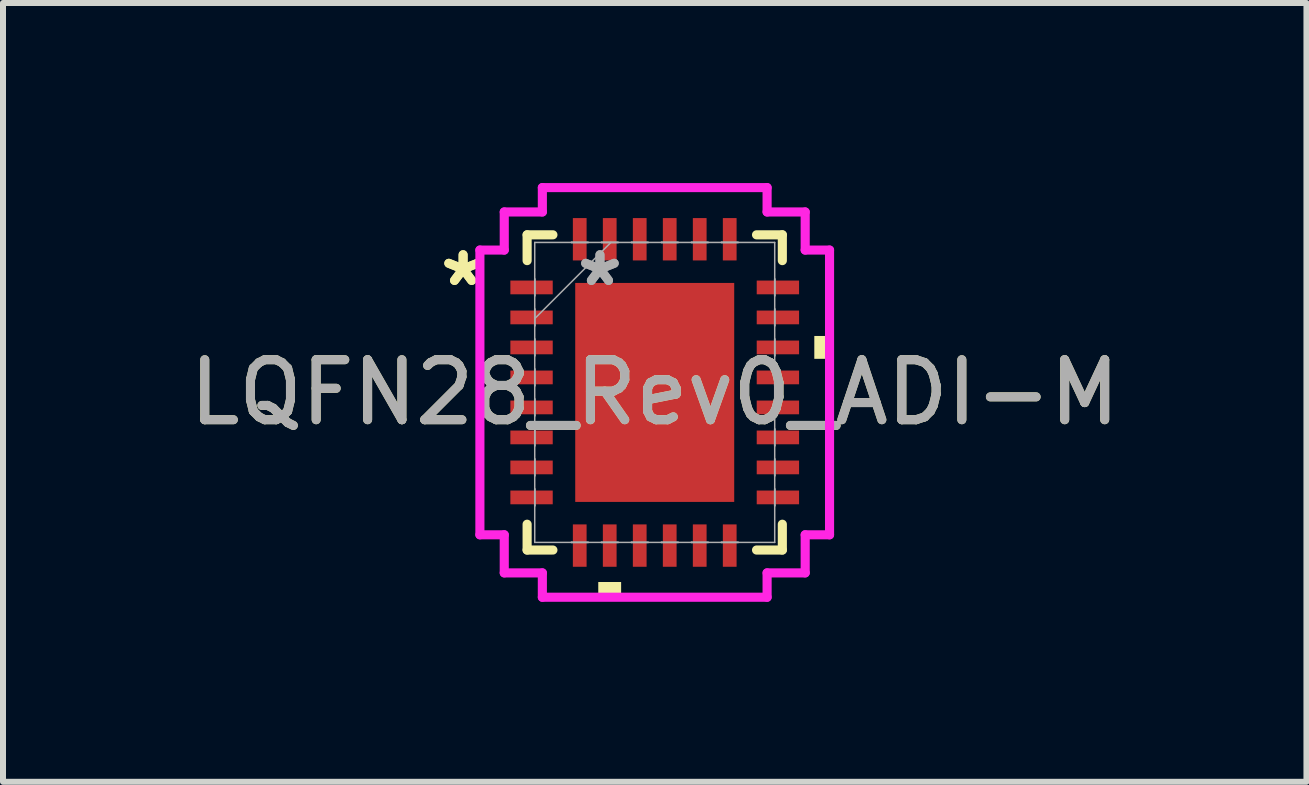
<source format=kicad_pcb>
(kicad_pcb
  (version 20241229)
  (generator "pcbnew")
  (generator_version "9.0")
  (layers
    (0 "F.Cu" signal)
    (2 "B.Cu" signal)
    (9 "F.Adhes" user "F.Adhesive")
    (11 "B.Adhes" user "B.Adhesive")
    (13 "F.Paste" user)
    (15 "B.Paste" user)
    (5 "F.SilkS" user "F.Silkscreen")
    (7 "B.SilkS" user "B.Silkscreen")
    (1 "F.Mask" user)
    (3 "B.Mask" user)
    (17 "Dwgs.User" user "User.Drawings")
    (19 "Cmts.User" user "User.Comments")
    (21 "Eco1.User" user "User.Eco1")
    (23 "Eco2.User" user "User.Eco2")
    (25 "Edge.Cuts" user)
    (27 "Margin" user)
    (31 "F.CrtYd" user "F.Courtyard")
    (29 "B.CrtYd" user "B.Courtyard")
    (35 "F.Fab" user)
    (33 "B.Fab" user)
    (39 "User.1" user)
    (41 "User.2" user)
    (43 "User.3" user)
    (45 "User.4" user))
  (footprint "LQFN28_Rev0_ADI-M"
    (layer "F.Cu")
    (at 7.863 3.491)
    (property "Reference" "LQFN28_Rev0_ADI-M" (at 0 0 0) (unlocked yes) (layer "F.SilkS") (effects (font (size 1 1) (thickness 0.15))))
    (attr smd)
    (fp_line (start -2.127 -2.627) (end -2.127 -2.197) (stroke (width 0.152) (type solid)) (layer "F.SilkS"))
    (fp_line (start -2.127 2.197) (end -2.127 2.627) (stroke (width 0.152) (type solid)) (layer "F.SilkS"))
    (fp_line (start -2.127 2.627) (end -1.697 2.627) (stroke (width 0.152) (type solid)) (layer "F.SilkS"))
    (fp_line (start -1.697 -2.627) (end -2.127 -2.627) (stroke (width 0.152) (type solid)) (layer "F.SilkS"))
    (fp_line (start 1.697 2.627) (end 2.127 2.627) (stroke (width 0.152) (type solid)) (layer "F.SilkS"))
    (fp_line (start 2.127 -2.627) (end 1.697 -2.627) (stroke (width 0.152) (type solid)) (layer "F.SilkS"))
    (fp_line (start 2.127 -2.197) (end 2.127 -2.627) (stroke (width 0.152) (type solid)) (layer "F.SilkS"))
    (fp_line (start 2.127 2.627) (end 2.127 2.197) (stroke (width 0.152) (type solid)) (layer "F.SilkS"))
    (fp_poly (pts (xy -0.941 3.16) (xy -0.941 3.414) (xy -0.56 3.414) (xy -0.56 3.16)) (stroke (width 0) (type solid)) (fill yes) (layer "F.SilkS"))
    (fp_poly (pts (xy 2.914 -0.941) (xy 2.914 -0.56) (xy 2.66 -0.56) (xy 2.66 -0.941)) (stroke (width 0) (type solid)) (fill yes) (layer "F.SilkS"))
    (fp_line (start -2.914 -2.373) (end -2.508 -2.373) (stroke (width 0.152) (type solid)) (layer "F.CrtYd"))
    (fp_line (start -2.914 2.373) (end -2.914 -2.373) (stroke (width 0.152) (type solid)) (layer "F.CrtYd"))
    (fp_line (start -2.508 -3.008) (end -1.873 -3.008) (stroke (width 0.152) (type solid)) (layer "F.CrtYd"))
    (fp_line (start -2.508 -2.373) (end -2.508 -3.008) (stroke (width 0.152) (type solid)) (layer "F.CrtYd"))
    (fp_line (start -2.508 2.373) (end -2.914 2.373) (stroke (width 0.152) (type solid)) (layer "F.CrtYd"))
    (fp_line (start -2.508 3.008) (end -2.508 2.373) (stroke (width 0.152) (type solid)) (layer "F.CrtYd"))
    (fp_line (start -1.873 -3.414) (end 1.873 -3.414) (stroke (width 0.152) (type solid)) (layer "F.CrtYd"))
    (fp_line (start -1.873 -3.008) (end -1.873 -3.414) (stroke (width 0.152) (type solid)) (layer "F.CrtYd"))
    (fp_line (start -1.873 3.008) (end -2.508 3.008) (stroke (width 0.152) (type solid)) (layer "F.CrtYd"))
    (fp_line (start -1.873 3.414) (end -1.873 3.008) (stroke (width 0.152) (type solid)) (layer "F.CrtYd"))
    (fp_line (start 1.873 -3.414) (end 1.873 -3.008) (stroke (width 0.152) (type solid)) (layer "F.CrtYd"))
    (fp_line (start 1.873 -3.008) (end 2.508 -3.008) (stroke (width 0.152) (type solid)) (layer "F.CrtYd"))
    (fp_line (start 1.873 3.008) (end 1.873 3.414) (stroke (width 0.152) (type solid)) (layer "F.CrtYd"))
    (fp_line (start 1.873 3.414) (end -1.873 3.414) (stroke (width 0.152) (type solid)) (layer "F.CrtYd"))
    (fp_line (start 2.508 -3.008) (end 2.508 -2.373) (stroke (width 0.152) (type solid)) (layer "F.CrtYd"))
    (fp_line (start 2.508 -2.373) (end 2.914 -2.373) (stroke (width 0.152) (type solid)) (layer "F.CrtYd"))
    (fp_line (start 2.508 2.373) (end 2.508 3.008) (stroke (width 0.152) (type solid)) (layer "F.CrtYd"))
    (fp_line (start 2.508 3.008) (end 1.873 3.008) (stroke (width 0.152) (type solid)) (layer "F.CrtYd"))
    (fp_line (start 2.914 -2.373) (end 2.914 2.373) (stroke (width 0.152) (type solid)) (layer "F.CrtYd"))
    (fp_line (start 2.914 2.373) (end 2.508 2.373) (stroke (width 0.152) (type solid)) (layer "F.CrtYd"))
    (fp_line (start -2 -2.5) (end -2 2.5) (stroke (width 0.025) (type solid)) (layer "F.Fab"))
    (fp_line (start -2 -1.89) (end -2 -1.89) (stroke (width 0.025) (type solid)) (layer "F.Fab"))
    (fp_line (start -2 -1.89) (end -2 -1.61) (stroke (width 0.025) (type solid)) (layer "F.Fab"))
    (fp_line (start -2 -1.61) (end -2 -1.89) (stroke (width 0.025) (type solid)) (layer "F.Fab"))
    (fp_line (start -2 -1.61) (end -2 -1.61) (stroke (width 0.025) (type solid)) (layer "F.Fab"))
    (fp_line (start -2 -1.39) (end -2 -1.39) (stroke (width 0.025) (type solid)) (layer "F.Fab"))
    (fp_line (start -2 -1.39) (end -2 -1.11) (stroke (width 0.025) (type solid)) (layer "F.Fab"))
    (fp_line (start -2 -1.23) (end -0.73 -2.5) (stroke (width 0.025) (type solid)) (layer "F.Fab"))
    (fp_line (start -2 -1.11) (end -2 -1.39) (stroke (width 0.025) (type solid)) (layer "F.Fab"))
    (fp_line (start -2 -1.11) (end -2 -1.11) (stroke (width 0.025) (type solid)) (layer "F.Fab"))
    (fp_line (start -2 -0.89) (end -2 -0.89) (stroke (width 0.025) (type solid)) (layer "F.Fab"))
    (fp_line (start -2 -0.89) (end -2 -0.61) (stroke (width 0.025) (type solid)) (layer "F.Fab"))
    (fp_line (start -2 -0.61) (end -2 -0.89) (stroke (width 0.025) (type solid)) (layer "F.Fab"))
    (fp_line (start -2 -0.61) (end -2 -0.61) (stroke (width 0.025) (type solid)) (layer "F.Fab"))
    (fp_line (start -2 -0.39) (end -2 -0.39) (stroke (width 0.025) (type solid)) (layer "F.Fab"))
    (fp_line (start -2 -0.39) (end -2 -0.11) (stroke (width 0.025) (type solid)) (layer "F.Fab"))
    (fp_line (start -2 -0.11) (end -2 -0.39) (stroke (width 0.025) (type solid)) (layer "F.Fab"))
    (fp_line (start -2 -0.11) (end -2 -0.11) (stroke (width 0.025) (type solid)) (layer "F.Fab"))
    (fp_line (start -2 0.11) (end -2 0.11) (stroke (width 0.025) (type solid)) (layer "F.Fab"))
    (fp_line (start -2 0.11) (end -2 0.39) (stroke (width 0.025) (type solid)) (layer "F.Fab"))
    (fp_line (start -2 0.39) (end -2 0.11) (stroke (width 0.025) (type solid)) (layer "F.Fab"))
    (fp_line (start -2 0.39) (end -2 0.39) (stroke (width 0.025) (type solid)) (layer "F.Fab"))
    (fp_line (start -2 0.61) (end -2 0.61) (stroke (width 0.025) (type solid)) (layer "F.Fab"))
    (fp_line (start -2 0.61) (end -2 0.89) (stroke (width 0.025) (type solid)) (layer "F.Fab"))
    (fp_line (start -2 0.89) (end -2 0.61) (stroke (width 0.025) (type solid)) (layer "F.Fab"))
    (fp_line (start -2 0.89) (end -2 0.89) (stroke (width 0.025) (type solid)) (layer "F.Fab"))
    (fp_line (start -2 1.11) (end -2 1.11) (stroke (width 0.025) (type solid)) (layer "F.Fab"))
    (fp_line (start -2 1.11) (end -2 1.39) (stroke (width 0.025) (type solid)) (layer "F.Fab"))
    (fp_line (start -2 1.39) (end -2 1.11) (stroke (width 0.025) (type solid)) (layer "F.Fab"))
    (fp_line (start -2 1.39) (end -2 1.39) (stroke (width 0.025) (type solid)) (layer "F.Fab"))
    (fp_line (start -2 1.61) (end -2 1.61) (stroke (width 0.025) (type solid)) (layer "F.Fab"))
    (fp_line (start -2 1.61) (end -2 1.89) (stroke (width 0.025) (type solid)) (layer "F.Fab"))
    (fp_line (start -2 1.89) (end -2 1.61) (stroke (width 0.025) (type solid)) (layer "F.Fab"))
    (fp_line (start -2 1.89) (end -2 1.89) (stroke (width 0.025) (type solid)) (layer "F.Fab"))
    (fp_line (start -2 2.5) (end 2 2.5) (stroke (width 0.025) (type solid)) (layer "F.Fab"))
    (fp_line (start -1.39 -2.5) (end -1.39 -2.5) (stroke (width 0.025) (type solid)) (layer "F.Fab"))
    (fp_line (start -1.39 -2.5) (end -1.11 -2.5) (stroke (width 0.025) (type solid)) (layer "F.Fab"))
    (fp_line (start -1.39 2.5) (end -1.39 2.5) (stroke (width 0.025) (type solid)) (layer "F.Fab"))
    (fp_line (start -1.39 2.5) (end -1.11 2.5) (stroke (width 0.025) (type solid)) (layer "F.Fab"))
    (fp_line (start -1.11 -2.5) (end -1.39 -2.5) (stroke (width 0.025) (type solid)) (layer "F.Fab"))
    (fp_line (start -1.11 -2.5) (end -1.11 -2.5) (stroke (width 0.025) (type solid)) (layer "F.Fab"))
    (fp_line (start -1.11 2.5) (end -1.39 2.5) (stroke (width 0.025) (type solid)) (layer "F.Fab"))
    (fp_line (start -1.11 2.5) (end -1.11 2.5) (stroke (width 0.025) (type solid)) (layer "F.Fab"))
    (fp_line (start -0.89 -2.5) (end -0.89 -2.5) (stroke (width 0.025) (type solid)) (layer "F.Fab"))
    (fp_line (start -0.89 -2.5) (end -0.61 -2.5) (stroke (width 0.025) (type solid)) (layer "F.Fab"))
    (fp_line (start -0.89 2.5) (end -0.89 2.5) (stroke (width 0.025) (type solid)) (layer "F.Fab"))
    (fp_line (start -0.89 2.5) (end -0.61 2.5) (stroke (width 0.025) (type solid)) (layer "F.Fab"))
    (fp_line (start -0.61 -2.5) (end -0.89 -2.5) (stroke (width 0.025) (type solid)) (layer "F.Fab"))
    (fp_line (start -0.61 -2.5) (end -0.61 -2.5) (stroke (width 0.025) (type solid)) (layer "F.Fab"))
    (fp_line (start -0.61 2.5) (end -0.89 2.5) (stroke (width 0.025) (type solid)) (layer "F.Fab"))
    (fp_line (start -0.61 2.5) (end -0.61 2.5) (stroke (width 0.025) (type solid)) (layer "F.Fab"))
    (fp_line (start -0.39 -2.5) (end -0.39 -2.5) (stroke (width 0.025) (type solid)) (layer "F.Fab"))
    (fp_line (start -0.39 -2.5) (end -0.11 -2.5) (stroke (width 0.025) (type solid)) (layer "F.Fab"))
    (fp_line (start -0.39 2.5) (end -0.39 2.5) (stroke (width 0.025) (type solid)) (layer "F.Fab"))
    (fp_line (start -0.39 2.5) (end -0.11 2.5) (stroke (width 0.025) (type solid)) (layer "F.Fab"))
    (fp_line (start -0.11 -2.5) (end -0.39 -2.5) (stroke (width 0.025) (type solid)) (layer "F.Fab"))
    (fp_line (start -0.11 -2.5) (end -0.11 -2.5) (stroke (width 0.025) (type solid)) (layer "F.Fab"))
    (fp_line (start -0.11 2.5) (end -0.39 2.5) (stroke (width 0.025) (type solid)) (layer "F.Fab"))
    (fp_line (start -0.11 2.5) (end -0.11 2.5) (stroke (width 0.025) (type solid)) (layer "F.Fab"))
    (fp_line (start 0.11 -2.5) (end 0.11 -2.5) (stroke (width 0.025) (type solid)) (layer "F.Fab"))
    (fp_line (start 0.11 -2.5) (end 0.39 -2.5) (stroke (width 0.025) (type solid)) (layer "F.Fab"))
    (fp_line (start 0.11 2.5) (end 0.11 2.5) (stroke (width 0.025) (type solid)) (layer "F.Fab"))
    (fp_line (start 0.11 2.5) (end 0.39 2.5) (stroke (width 0.025) (type solid)) (layer "F.Fab"))
    (fp_line (start 0.39 -2.5) (end 0.11 -2.5) (stroke (width 0.025) (type solid)) (layer "F.Fab"))
    (fp_line (start 0.39 -2.5) (end 0.39 -2.5) (stroke (width 0.025) (type solid)) (layer "F.Fab"))
    (fp_line (start 0.39 2.5) (end 0.11 2.5) (stroke (width 0.025) (type solid)) (layer "F.Fab"))
    (fp_line (start 0.39 2.5) (end 0.39 2.5) (stroke (width 0.025) (type solid)) (layer "F.Fab"))
    (fp_line (start 0.61 -2.5) (end 0.61 -2.5) (stroke (width 0.025) (type solid)) (layer "F.Fab"))
    (fp_line (start 0.61 -2.5) (end 0.89 -2.5) (stroke (width 0.025) (type solid)) (layer "F.Fab"))
    (fp_line (start 0.61 2.5) (end 0.61 2.5) (stroke (width 0.025) (type solid)) (layer "F.Fab"))
    (fp_line (start 0.61 2.5) (end 0.89 2.5) (stroke (width 0.025) (type solid)) (layer "F.Fab"))
    (fp_line (start 0.89 -2.5) (end 0.61 -2.5) (stroke (width 0.025) (type solid)) (layer "F.Fab"))
    (fp_line (start 0.89 -2.5) (end 0.89 -2.5) (stroke (width 0.025) (type solid)) (layer "F.Fab"))
    (fp_line (start 0.89 2.5) (end 0.61 2.5) (stroke (width 0.025) (type solid)) (layer "F.Fab"))
    (fp_line (start 0.89 2.5) (end 0.89 2.5) (stroke (width 0.025) (type solid)) (layer "F.Fab"))
    (fp_line (start 1.11 -2.5) (end 1.11 -2.5) (stroke (width 0.025) (type solid)) (layer "F.Fab"))
    (fp_line (start 1.11 -2.5) (end 1.39 -2.5) (stroke (width 0.025) (type solid)) (layer "F.Fab"))
    (fp_line (start 1.11 2.5) (end 1.11 2.5) (stroke (width 0.025) (type solid)) (layer "F.Fab"))
    (fp_line (start 1.11 2.5) (end 1.39 2.5) (stroke (width 0.025) (type solid)) (layer "F.Fab"))
    (fp_line (start 1.39 -2.5) (end 1.11 -2.5) (stroke (width 0.025) (type solid)) (layer "F.Fab"))
    (fp_line (start 1.39 -2.5) (end 1.39 -2.5) (stroke (width 0.025) (type solid)) (layer "F.Fab"))
    (fp_line (start 1.39 2.5) (end 1.11 2.5) (stroke (width 0.025) (type solid)) (layer "F.Fab"))
    (fp_line (start 1.39 2.5) (end 1.39 2.5) (stroke (width 0.025) (type solid)) (layer "F.Fab"))
    (fp_line (start 2 -2.5) (end -2 -2.5) (stroke (width 0.025) (type solid)) (layer "F.Fab"))
    (fp_line (start 2 -1.89) (end 2 -1.89) (stroke (width 0.025) (type solid)) (layer "F.Fab"))
    (fp_line (start 2 -1.89) (end 2 -1.61) (stroke (width 0.025) (type solid)) (layer "F.Fab"))
    (fp_line (start 2 -1.61) (end 2 -1.89) (stroke (width 0.025) (type solid)) (layer "F.Fab"))
    (fp_line (start 2 -1.61) (end 2 -1.61) (stroke (width 0.025) (type solid)) (layer "F.Fab"))
    (fp_line (start 2 -1.39) (end 2 -1.39) (stroke (width 0.025) (type solid)) (layer "F.Fab"))
    (fp_line (start 2 -1.39) (end 2 -1.11) (stroke (width 0.025) (type solid)) (layer "F.Fab"))
    (fp_line (start 2 -1.11) (end 2 -1.39) (stroke (width 0.025) (type solid)) (layer "F.Fab"))
    (fp_line (start 2 -1.11) (end 2 -1.11) (stroke (width 0.025) (type solid)) (layer "F.Fab"))
    (fp_line (start 2 -0.89) (end 2 -0.89) (stroke (width 0.025) (type solid)) (layer "F.Fab"))
    (fp_line (start 2 -0.89) (end 2 -0.61) (stroke (width 0.025) (type solid)) (layer "F.Fab"))
    (fp_line (start 2 -0.61) (end 2 -0.89) (stroke (width 0.025) (type solid)) (layer "F.Fab"))
    (fp_line (start 2 -0.61) (end 2 -0.61) (stroke (width 0.025) (type solid)) (layer "F.Fab"))
    (fp_line (start 2 -0.39) (end 2 -0.39) (stroke (width 0.025) (type solid)) (layer "F.Fab"))
    (fp_line (start 2 -0.39) (end 2 -0.11) (stroke (width 0.025) (type solid)) (layer "F.Fab"))
    (fp_line (start 2 -0.11) (end 2 -0.39) (stroke (width 0.025) (type solid)) (layer "F.Fab"))
    (fp_line (start 2 -0.11) (end 2 -0.11) (stroke (width 0.025) (type solid)) (layer "F.Fab"))
    (fp_line (start 2 0.11) (end 2 0.11) (stroke (width 0.025) (type solid)) (layer "F.Fab"))
    (fp_line (start 2 0.11) (end 2 0.39) (stroke (width 0.025) (type solid)) (layer "F.Fab"))
    (fp_line (start 2 0.39) (end 2 0.11) (stroke (width 0.025) (type solid)) (layer "F.Fab"))
    (fp_line (start 2 0.39) (end 2 0.39) (stroke (width 0.025) (type solid)) (layer "F.Fab"))
    (fp_line (start 2 0.61) (end 2 0.61) (stroke (width 0.025) (type solid)) (layer "F.Fab"))
    (fp_line (start 2 0.61) (end 2 0.89) (stroke (width 0.025) (type solid)) (layer "F.Fab"))
    (fp_line (start 2 0.89) (end 2 0.61) (stroke (width 0.025) (type solid)) (layer "F.Fab"))
    (fp_line (start 2 0.89) (end 2 0.89) (stroke (width 0.025) (type solid)) (layer "F.Fab"))
    (fp_line (start 2 1.11) (end 2 1.11) (stroke (width 0.025) (type solid)) (layer "F.Fab"))
    (fp_line (start 2 1.11) (end 2 1.39) (stroke (width 0.025) (type solid)) (layer "F.Fab"))
    (fp_line (start 2 1.39) (end 2 1.11) (stroke (width 0.025) (type solid)) (layer "F.Fab"))
    (fp_line (start 2 1.39) (end 2 1.39) (stroke (width 0.025) (type solid)) (layer "F.Fab"))
    (fp_line (start 2 1.61) (end 2 1.61) (stroke (width 0.025) (type solid)) (layer "F.Fab"))
    (fp_line (start 2 1.61) (end 2 1.89) (stroke (width 0.025) (type solid)) (layer "F.Fab"))
    (fp_line (start 2 1.89) (end 2 1.61) (stroke (width 0.025) (type solid)) (layer "F.Fab"))
    (fp_line (start 2 1.89) (end 2 1.89) (stroke (width 0.025) (type solid)) (layer "F.Fab"))
    (fp_line (start 2 2.5) (end 2 -2.5) (stroke (width 0.025) (type solid)) (layer "F.Fab"))
    (fp_text user "*" (at -3.194 -1.75 0) (layer "F.SilkS") (effects (font (size 1 1) (thickness 0.15))))
    (fp_text user "*" (at -3.194 -1.75 0) (unlocked yes) (layer "F.SilkS") (effects (font (size 1 1) (thickness 0.15))))
    (fp_text user "*" (at -0.913 -1.75 0) (unlocked yes) (layer "F.Fab") (effects (font (size 1 1) (thickness 0.15))))
    (fp_text user "*" (at -0.913 -1.75 0) (layer "F.Fab") (effects (font (size 1 1) (thickness 0.15))))
    (fp_text user "${REFERENCE}" (at 0 0 0) (unlocked yes) (layer "F.Fab") (effects (font (size 1 1) (thickness 0.15))))
    (pad "1" smd rect (at -2.053 -1.75 90) (size 0.229 0.706) (layers "F.Cu" "F.Mask" "F.Paste"))
    (pad "2" smd rect (at -2.053 -1.25 90) (size 0.229 0.706) (layers "F.Cu" "F.Mask" "F.Paste"))
    (pad "3" smd rect (at -2.053 -0.75 90) (size 0.229 0.706) (layers "F.Cu" "F.Mask" "F.Paste"))
    (pad "4" smd rect (at -2.053 -0.25 90) (size 0.229 0.706) (layers "F.Cu" "F.Mask" "F.Paste"))
    (pad "5" smd rect (at -2.053 0.25 90) (size 0.229 0.706) (layers "F.Cu" "F.Mask" "F.Paste"))
    (pad "6" smd rect (at -2.053 0.75 90) (size 0.229 0.706) (layers "F.Cu" "F.Mask" "F.Paste"))
    (pad "7" smd rect (at -2.053 1.25 90) (size 0.229 0.706) (layers "F.Cu" "F.Mask" "F.Paste"))
    (pad "8" smd rect (at -2.053 1.75 90) (size 0.229 0.706) (layers "F.Cu" "F.Mask" "F.Paste"))
    (pad "9" smd rect (at -1.25 2.553) (size 0.229 0.706) (layers "F.Cu" "F.Mask" "F.Paste"))
    (pad "10" smd rect (at -0.75 2.553) (size 0.229 0.706) (layers "F.Cu" "F.Mask" "F.Paste"))
    (pad "11" smd rect (at -0.25 2.553) (size 0.229 0.706) (layers "F.Cu" "F.Mask" "F.Paste"))
    (pad "12" smd rect (at 0.25 2.553) (size 0.229 0.706) (layers "F.Cu" "F.Mask" "F.Paste"))
    (pad "13" smd rect (at 0.75 2.553) (size 0.229 0.706) (layers "F.Cu" "F.Mask" "F.Paste"))
    (pad "14" smd rect (at 1.25 2.553) (size 0.229 0.706) (layers "F.Cu" "F.Mask" "F.Paste"))
    (pad "15" smd rect (at 2.053 1.75 90) (size 0.229 0.706) (layers "F.Cu" "F.Mask" "F.Paste"))
    (pad "16" smd rect (at 2.053 1.25 90) (size 0.229 0.706) (layers "F.Cu" "F.Mask" "F.Paste"))
    (pad "17" smd rect (at 2.053 0.75 90) (size 0.229 0.706) (layers "F.Cu" "F.Mask" "F.Paste"))
    (pad "18" smd rect (at 2.053 0.25 90) (size 0.229 0.706) (layers "F.Cu" "F.Mask" "F.Paste"))
    (pad "19" smd rect (at 2.053 -0.25 90) (size 0.229 0.706) (layers "F.Cu" "F.Mask" "F.Paste"))
    (pad "20" smd rect (at 2.053 -0.75 90) (size 0.229 0.706) (layers "F.Cu" "F.Mask" "F.Paste"))
    (pad "21" smd rect (at 2.053 -1.25 90) (size 0.229 0.706) (layers "F.Cu" "F.Mask" "F.Paste"))
    (pad "22" smd rect (at 2.053 -1.75 90) (size 0.229 0.706) (layers "F.Cu" "F.Mask" "F.Paste"))
    (pad "23" smd rect (at 1.25 -2.553) (size 0.229 0.706) (layers "F.Cu" "F.Mask" "F.Paste"))
    (pad "24" smd rect (at 0.75 -2.553) (size 0.229 0.706) (layers "F.Cu" "F.Mask" "F.Paste"))
    (pad "25" smd rect (at 0.25 -2.553) (size 0.229 0.706) (layers "F.Cu" "F.Mask" "F.Paste"))
    (pad "26" smd rect (at -0.25 -2.553) (size 0.229 0.706) (layers "F.Cu" "F.Mask" "F.Paste"))
    (pad "27" smd rect (at -0.75 -2.553) (size 0.229 0.706) (layers "F.Cu" "F.Mask" "F.Paste"))
    (pad "28" smd rect (at -1.25 -2.553) (size 0.229 0.706) (layers "F.Cu" "F.Mask" "F.Paste"))
    (pad "29" smd rect (at 0 0) (size 2.65 3.65) (layers "F.Cu" "F.Mask" "F.Paste")))
  (gr_rect
    (start -3 -3)
    (end 18.726 9.981)
    (stroke (width 0.1) (type default))
    (fill no)
    (layer "Edge.Cuts")))
</source>
